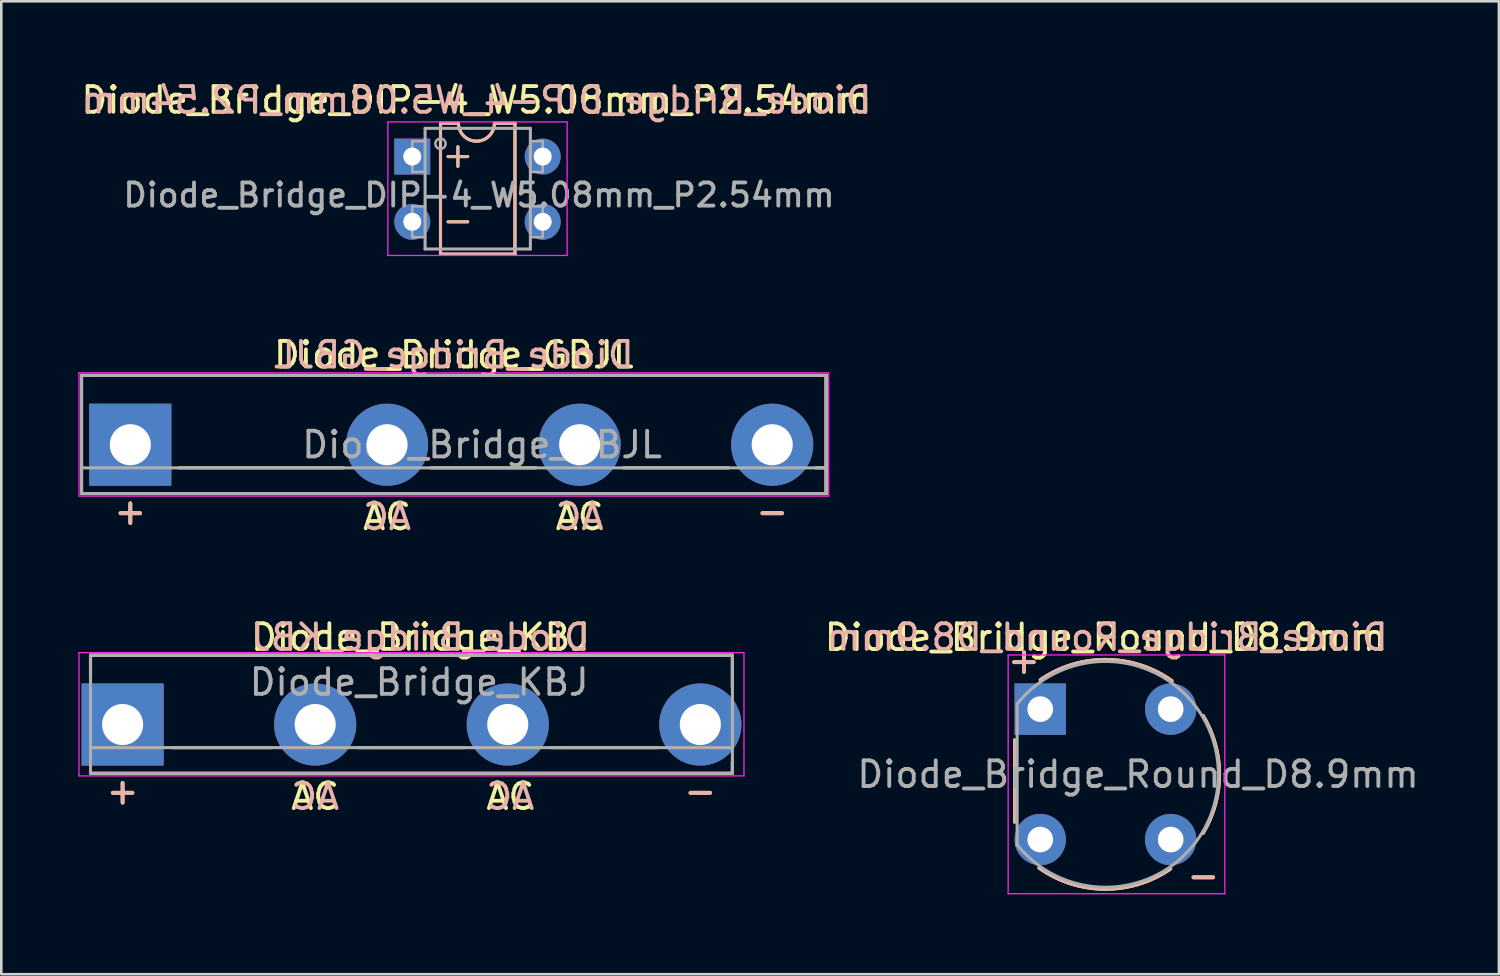
<source format=kicad_pcb>
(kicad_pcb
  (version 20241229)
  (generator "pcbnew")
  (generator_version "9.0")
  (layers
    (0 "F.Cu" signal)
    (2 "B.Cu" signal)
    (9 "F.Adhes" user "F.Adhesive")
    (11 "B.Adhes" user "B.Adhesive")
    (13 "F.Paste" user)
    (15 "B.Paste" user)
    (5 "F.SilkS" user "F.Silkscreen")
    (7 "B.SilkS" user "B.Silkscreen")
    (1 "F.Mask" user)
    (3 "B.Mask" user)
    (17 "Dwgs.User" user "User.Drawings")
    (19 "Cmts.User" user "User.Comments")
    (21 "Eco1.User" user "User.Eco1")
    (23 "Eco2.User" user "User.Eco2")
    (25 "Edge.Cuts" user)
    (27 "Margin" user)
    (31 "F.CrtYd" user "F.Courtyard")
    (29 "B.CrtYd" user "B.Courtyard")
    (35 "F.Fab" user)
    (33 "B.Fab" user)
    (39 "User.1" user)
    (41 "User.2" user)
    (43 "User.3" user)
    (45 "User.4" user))
  (footprint "Diode_Bridge_DIP-4_W5.08mm_P2.54mm"
    (layer "F.Cu")
    (at 13.006 3.048)
    (property "Reference" "Diode_Bridge_DIP-4_W5.08mm_P2.54mm" (at 2.5 -2.2 0) (layer "F.SilkS") (effects (font (size 1 1) (thickness 0.15))))
    (fp_line (start 1.1 -1.3) (end 1.1 3.8) (stroke (width 0.12) (type solid)) (layer "F.SilkS"))
    (fp_line (start 1.1 3.8) (end 4 3.8) (stroke (width 0.12) (type solid)) (layer "F.SilkS"))
    (fp_line (start 1.397 0) (end 2.159 0) (stroke (width 0.12) (type solid)) (layer "F.SilkS"))
    (fp_line (start 1.397 2.54) (end 2.159 2.54) (stroke (width 0.12) (type solid)) (layer "F.SilkS"))
    (fp_line (start 1.778 -0.381) (end 1.778 0.381) (stroke (width 0.12) (type solid)) (layer "F.SilkS"))
    (fp_line (start 1.8 -1.3) (end 1.1 -1.3) (stroke (width 0.12) (type solid)) (layer "F.SilkS"))
    (fp_line (start 4 -1.3) (end 3.2 -1.3) (stroke (width 0.12) (type solid)) (layer "F.SilkS"))
    (fp_line (start 4 3.8) (end 4 -1.3) (stroke (width 0.12) (type solid)) (layer "F.SilkS"))
    (fp_arc (start 3.2 -1.3) (mid 2.5 -0.6) (end 1.8 -1.3) (stroke (width 0.12) (type solid)) (layer "F.SilkS"))
    (fp_line (start 1.1 -1.3) (end 1.1 3.8) (stroke (width 0.12) (type solid)) (layer "B.SilkS"))
    (fp_line (start 1.1 3.8) (end 4 3.8) (stroke (width 0.12) (type solid)) (layer "B.SilkS"))
    (fp_line (start 1.397 0) (end 2.159 0) (stroke (width 0.12) (type solid)) (layer "B.SilkS"))
    (fp_line (start 1.397 2.54) (end 2.159 2.54) (stroke (width 0.12) (type solid)) (layer "B.SilkS"))
    (fp_line (start 1.778 -0.381) (end 1.778 0.381) (stroke (width 0.12) (type solid)) (layer "B.SilkS"))
    (fp_line (start 1.8 -1.3) (end 1.1 -1.3) (stroke (width 0.12) (type solid)) (layer "B.SilkS"))
    (fp_line (start 4 -1.3) (end 3.2 -1.3) (stroke (width 0.12) (type solid)) (layer "B.SilkS"))
    (fp_line (start 4 3.8) (end 4 -1.3) (stroke (width 0.12) (type solid)) (layer "B.SilkS"))
    (fp_arc (start 3.2 -1.3) (mid 2.5 -0.6) (end 1.8 -1.3) (stroke (width 0.12) (type solid)) (layer "B.SilkS"))
    (fp_line (start -0.95 -1.35) (end -0.95 3.85) (stroke (width 0.05) (type solid)) (layer "F.CrtYd"))
    (fp_line (start -0.95 -1.35) (end 6.03 -1.35) (stroke (width 0.05) (type solid)) (layer "F.CrtYd"))
    (fp_line (start 6.03 3.85) (end -0.95 3.85) (stroke (width 0.05) (type solid)) (layer "F.CrtYd"))
    (fp_line (start 6.03 3.85) (end 6.03 -1.35) (stroke (width 0.05) (type solid)) (layer "F.CrtYd"))
    (fp_line (start 0 -0.6) (end 0 0.6) (stroke (width 0.1) (type solid)) (layer "F.Fab"))
    (fp_line (start 0 0.6) (end 0.5 0.6) (stroke (width 0.1) (type solid)) (layer "F.Fab"))
    (fp_line (start 0 1.94) (end 0 3.14) (stroke (width 0.1) (type solid)) (layer "F.Fab"))
    (fp_line (start 0 3.14) (end 0.5 3.14) (stroke (width 0.1) (type solid)) (layer "F.Fab"))
    (fp_line (start 0.5 -1.1) (end 4.6 -1.1) (stroke (width 0.12) (type solid)) (layer "F.Fab"))
    (fp_line (start 0.5 -0.6) (end 0 -0.6) (stroke (width 0.1) (type solid)) (layer "F.Fab"))
    (fp_line (start 0.5 1.94) (end 0 1.94) (stroke (width 0.1) (type solid)) (layer "F.Fab"))
    (fp_line (start 0.5 3.6) (end 0.5 -1.1) (stroke (width 0.12) (type solid)) (layer "F.Fab"))
    (fp_line (start 4.597 0.6) (end 5.08 0.6) (stroke (width 0.1) (type solid)) (layer "F.Fab"))
    (fp_line (start 4.597 3.14) (end 5.08 3.14) (stroke (width 0.1) (type solid)) (layer "F.Fab"))
    (fp_line (start 4.6 -1.1) (end 4.6 3.6) (stroke (width 0.12) (type solid)) (layer "F.Fab"))
    (fp_line (start 4.6 3.6) (end 0.5 3.6) (stroke (width 0.12) (type solid)) (layer "F.Fab"))
    (fp_line (start 5.08 -0.6) (end 4.597 -0.6) (stroke (width 0.1) (type solid)) (layer "F.Fab"))
    (fp_line (start 5.08 0.6) (end 5.08 -0.6) (stroke (width 0.1) (type solid)) (layer "F.Fab"))
    (fp_line (start 5.08 1.94) (end 4.597 1.94) (stroke (width 0.1) (type solid)) (layer "F.Fab"))
    (fp_line (start 5.08 3.14) (end 5.08 1.94) (stroke (width 0.1) (type solid)) (layer "F.Fab"))
    (fp_circle (center 1.1 -0.5) (end 1.3 -0.5) (stroke (width 0.1) (type solid)) (fill no) (layer "F.Fab"))
    (fp_text user "${REFERENCE}" (at 2.5 -2.2 0) (layer "B.SilkS") (effects (font (size 1 1) (thickness 0.15)) (justify mirror)))
    (fp_text user "${REFERENCE}" (at 2.6 1.5 0) (layer "F.Fab") (effects (font (size 0.9 0.9) (thickness 0.15))))
    (pad "1" thru_hole rect (at 0 0) (size 1.4 1.4) (drill 0.7) (layers "*.Cu" "*.Mask"))
    (pad "2" thru_hole circle (at 0 2.54) (size 1.4 1.4) (drill 0.7) (layers "*.Cu" "*.Mask"))
    (pad "3" thru_hole circle (at 5.08 2.54) (size 1.4 1.4) (drill 0.7) (layers "*.Cu" "*.Mask"))
    (pad "4" thru_hole circle (at 5.08 0) (size 1.4 1.4) (drill 0.7) (layers "*.Cu" "*.Mask")))
  (footprint "Diode_Bridge_KBJ"
    (layer "F.Cu")
    (at 1.725 25.168)
    (property "Reference" "Diode_Bridge_KBJ" (at 11.6 -3.4 0) (layer "F.SilkS") (effects (font (size 1 1) (thickness 0.15))))
    (fp_line (start -1.25 -2.7) (end -1.25 -1.9) (stroke (width 0.12) (type solid)) (layer "F.SilkS"))
    (fp_line (start -1.25 -2.7) (end 23.75 -2.7) (stroke (width 0.12) (type solid)) (layer "F.SilkS"))
    (fp_line (start 1.95 0.9) (end 5.8 0.9) (stroke (width 0.12) (type solid)) (layer "F.SilkS"))
    (fp_line (start 9.2 0.9) (end 13.3 0.9) (stroke (width 0.12) (type solid)) (layer "F.SilkS"))
    (fp_line (start 16.7 0.9) (end 20.8 0.9) (stroke (width 0.12) (type solid)) (layer "F.SilkS"))
    (fp_line (start 23.75 -2.7) (end 23.75 -1.45) (stroke (width 0.12) (type solid)) (layer "F.SilkS"))
    (fp_line (start 23.75 1.45) (end 23.75 1.9) (stroke (width 0.12) (type solid)) (layer "F.SilkS"))
    (fp_line (start 23.75 1.9) (end -1.25 1.9) (stroke (width 0.12) (type solid)) (layer "F.SilkS"))
    (fp_line (start -1.25 -2.7) (end -1.25 -1.9) (stroke (width 0.12) (type solid)) (layer "B.SilkS"))
    (fp_line (start -1.25 -2.7) (end 23.75 -2.7) (stroke (width 0.12) (type solid)) (layer "B.SilkS"))
    (fp_line (start 23.75 -2.7) (end 23.75 -1.45) (stroke (width 0.12) (type solid)) (layer "B.SilkS"))
    (fp_line (start 23.75 1.45) (end 23.75 1.9) (stroke (width 0.12) (type solid)) (layer "B.SilkS"))
    (fp_line (start 23.75 1.9) (end -1.25 1.9) (stroke (width 0.12) (type solid)) (layer "B.SilkS"))
    (fp_line (start -1.7 -2.8) (end -1.7 2) (stroke (width 0.05) (type solid)) (layer "F.CrtYd"))
    (fp_line (start -1.7 2) (end 24.2 2) (stroke (width 0.05) (type solid)) (layer "F.CrtYd"))
    (fp_line (start 24.2 -2.8) (end -1.7 -2.8) (stroke (width 0.05) (type solid)) (layer "F.CrtYd"))
    (fp_line (start 24.2 2) (end 24.2 -2.8) (stroke (width 0.05) (type solid)) (layer "F.CrtYd"))
    (fp_line (start -1.25 -2.7) (end -1.25 1.9) (stroke (width 0.12) (type solid)) (layer "F.Fab"))
    (fp_line (start -1.25 0.9) (end 23.75 0.9) (stroke (width 0.12) (type solid)) (layer "F.Fab"))
    (fp_line (start -1.25 1.9) (end 23.75 1.9) (stroke (width 0.12) (type solid)) (layer "F.Fab"))
    (fp_line (start 23.75 -2.7) (end -1.25 -2.7) (stroke (width 0.12) (type solid)) (layer "F.Fab"))
    (fp_line (start 23.75 1.9) (end 23.75 -2.7) (stroke (width 0.12) (type solid)) (layer "F.Fab"))
    (fp_text user "AC" (at 15.1 2.8 0) (layer "F.SilkS") (effects (font (size 1 1) (thickness 0.15))))
    (fp_text user "AC" (at 7.5 2.8 0) (layer "F.SilkS") (effects (font (size 1 1) (thickness 0.15))))
    (fp_text user "-" (at 22.5 2.586 0) (layer "F.SilkS") (effects (font (size 1 1) (thickness 0.15))))
    (fp_text user "+" (at 0 2.586 0) (layer "F.SilkS") (effects (font (size 1 1) (thickness 0.15))))
    (fp_text user "${REFERENCE}" (at 11.6 -3.4 0) (layer "B.SilkS") (effects (font (size 1 1) (thickness 0.15)) (justify mirror)))
    (fp_text user "AC" (at 15.1 2.8 0) (layer "B.SilkS") (effects (font (size 1 1) (thickness 0.15)) (justify mirror)))
    (fp_text user "+" (at 0 2.586 0) (layer "B.SilkS") (effects (font (size 1 1) (thickness 0.15)) (justify mirror)))
    (fp_text user "AC" (at 7.5 2.8 0) (layer "B.SilkS") (effects (font (size 1 1) (thickness 0.15)) (justify mirror)))
    (fp_text user "-" (at 22.5 2.586 0) (layer "B.SilkS") (effects (font (size 1 1) (thickness 0.15)) (justify mirror)))
    (fp_text user "${REFERENCE}" (at 11.55 -1.65 0) (layer "F.Fab") (effects (font (size 1 1) (thickness 0.15))))
    (pad "1" thru_hole rect (at 0 0 180) (size 3.2 3.2) (drill 1.6) (layers "*.Cu" "*.Mask"))
    (pad "2" thru_hole circle (at 7.5 0 180) (size 3.2 3.2) (drill 1.6) (layers "*.Cu" "*.Mask"))
    (pad "3" thru_hole circle (at 15 0 180) (size 3.2 3.2) (drill 1.6) (layers "*.Cu" "*.Mask"))
    (pad "4" thru_hole circle (at 22.5 0 180) (size 3.2 3.2) (drill 1.6) (layers "*.Cu" "*.Mask")))
  (footprint "Diode_Bridge_Round_D8.9mm"
    (layer "F.Cu")
    (at 37.464 24.568)
    (property "Reference" "Diode_Bridge_Round_D8.9mm" (at 2.54 -2.794 0) (layer "F.SilkS") (effects (font (size 1 1) (thickness 0.15))))
    (fp_line (start -1 1.2) (end -1 4.4) (stroke (width 0.12) (type solid)) (layer "F.SilkS"))
    (fp_arc (start 0 -1.143) (mid 2.571836 -1.933821) (end 5.132157 -1.106479) (stroke (width 0.12) (type solid)) (layer "F.SilkS"))
    (fp_arc (start 5.08 6.223) (mid 2.508164 7.013821) (end -0.052157 6.186479) (stroke (width 0.12) (type solid)) (layer "F.SilkS"))
    (fp_arc (start 6.35 0.254) (mid 6.983184 2.54281) (end 6.347105 4.830818) (stroke (width 0.12) (type solid)) (layer "F.SilkS"))
    (fp_line (start -1 1.2) (end -1 4.4) (stroke (width 0.12) (type solid)) (layer "B.SilkS"))
    (fp_arc (start 0 -1.143) (mid 2.571835 -1.933821) (end 5.132155 -1.106479) (stroke (width 0.12) (type solid)) (layer "B.SilkS"))
    (fp_arc (start 5.08 6.223) (mid 2.508165 7.013821) (end -0.052155 6.186479) (stroke (width 0.12) (type solid)) (layer "B.SilkS"))
    (fp_arc (start 6.35 0.254) (mid 6.983185 2.54281) (end 6.347106 4.830817) (stroke (width 0.12) (type solid)) (layer "B.SilkS"))
    (fp_line (start -1.25 -2.11) (end -1.25 7.19) (stroke (width 0.05) (type solid)) (layer "F.CrtYd"))
    (fp_line (start -1.25 -2.11) (end 7.19 -2.11) (stroke (width 0.05) (type solid)) (layer "F.CrtYd"))
    (fp_line (start 7.19 7.19) (end -1.25 7.19) (stroke (width 0.05) (type solid)) (layer "F.CrtYd"))
    (fp_line (start 7.19 7.19) (end 7.19 -2.11) (stroke (width 0.05) (type solid)) (layer "F.CrtYd"))
    (fp_line (start -0.9 -0.2) (end -0.9 5.3) (stroke (width 0.12) (type solid)) (layer "F.Fab"))
    (fp_arc (start -0.9 -0.2) (mid 6.937862 2.542896) (end -0.903606 5.275467) (stroke (width 0.12) (type solid)) (layer "F.Fab"))
    (fp_text user "+" (at -0.635 -1.905 0) (layer "F.SilkS") (effects (font (size 1 1) (thickness 0.15))))
    (fp_text user "-" (at 6.35 6.477 0) (layer "F.SilkS") (effects (font (size 1 1) (thickness 0.15))))
    (fp_text user "-" (at 6.35 6.477 0) (layer "B.SilkS") (effects (font (size 1 1) (thickness 0.15)) (justify mirror)))
    (fp_text user "+" (at -0.635 -1.905 0) (layer "B.SilkS") (effects (font (size 1 1) (thickness 0.15)) (justify mirror)))
    (fp_text user "${REFERENCE}" (at 2.6 -2.8 0) (layer "B.SilkS") (effects (font (size 1 1) (thickness 0.15)) (justify mirror)))
    (fp_text user "${REFERENCE}" (at 3.81 2.54 0) (layer "F.Fab") (effects (font (size 1 1) (thickness 0.15))))
    (pad "1" thru_hole rect (at 0 0) (size 2 2) (drill 1) (layers "*.Cu" "*.Mask"))
    (pad "2" thru_hole oval (at 0 5.08) (size 2 2) (drill 1) (layers "*.Cu" "*.Mask"))
    (pad "3" thru_hole oval (at 5.08 5.08) (size 2 2) (drill 1) (layers "*.Cu" "*.Mask"))
    (pad "4" thru_hole oval (at 5.08 0) (size 2 2) (drill 1) (layers "*.Cu" "*.Mask")))
  (footprint "Diode_Bridge_GBJL"
    (layer "F.Cu")
    (at 2.025 14.271)
    (property "Reference" "Diode_Bridge_GBJL" (at 12.6 -3.5 0) (layer "F.SilkS") (effects (font (size 1 1) (thickness 0.15))))
    (fp_line (start -1.9 -2.7) (end 27.1 -2.7) (stroke (width 0.12) (type solid)) (layer "F.SilkS"))
    (fp_line (start -1.9 1.9) (end -1.9 -2.7) (stroke (width 0.12) (type solid)) (layer "F.SilkS"))
    (fp_line (start 1.9 0.9) (end 8.3 0.9) (stroke (width 0.12) (type solid)) (layer "F.SilkS"))
    (fp_line (start 11.7 0.9) (end 15.8 0.9) (stroke (width 0.12) (type solid)) (layer "F.SilkS"))
    (fp_line (start 19.2 0.9) (end 23.3 0.9) (stroke (width 0.12) (type solid)) (layer "F.SilkS"))
    (fp_line (start 27.1 -2.7) (end 27.1 1.9) (stroke (width 0.12) (type solid)) (layer "F.SilkS"))
    (fp_line (start 27.1 0.9) (end 26.7 0.9) (stroke (width 0.12) (type solid)) (layer "F.SilkS"))
    (fp_line (start 27.1 1.9) (end -1.9 1.9) (stroke (width 0.12) (type solid)) (layer "F.SilkS"))
    (fp_line (start -1.9 -2.7) (end -1.9 1.9) (stroke (width 0.12) (type solid)) (layer "B.SilkS"))
    (fp_line (start -1.9 1.9) (end 27.1 1.9) (stroke (width 0.12) (type solid)) (layer "B.SilkS"))
    (fp_line (start 27.1 -2.7) (end -1.9 -2.7) (stroke (width 0.12) (type solid)) (layer "B.SilkS"))
    (fp_line (start 27.1 1.9) (end 27.1 -2.7) (stroke (width 0.12) (type solid)) (layer "B.SilkS"))
    (fp_line (start -2 -2.8) (end 27.2 -2.8) (stroke (width 0.05) (type solid)) (layer "F.CrtYd"))
    (fp_line (start -2 2) (end -2 -2.8) (stroke (width 0.05) (type solid)) (layer "F.CrtYd"))
    (fp_line (start 27.2 -2.8) (end 27.2 2) (stroke (width 0.05) (type solid)) (layer "F.CrtYd"))
    (fp_line (start 27.2 2) (end -2 2) (stroke (width 0.05) (type solid)) (layer "F.CrtYd"))
    (fp_line (start -1.9 -2.7) (end -1.9 1.9) (stroke (width 0.12) (type solid)) (layer "F.Fab"))
    (fp_line (start -1.9 0.9) (end 27.1 0.9) (stroke (width 0.12) (type solid)) (layer "F.Fab"))
    (fp_line (start -1.9 1.9) (end 27.1 1.9) (stroke (width 0.12) (type solid)) (layer "F.Fab"))
    (fp_line (start 27.1 -2.7) (end -1.9 -2.7) (stroke (width 0.12) (type solid)) (layer "F.Fab"))
    (fp_line (start 27.1 1.9) (end 27.1 -2.7) (stroke (width 0.12) (type solid)) (layer "F.Fab"))
    (fp_text user "-" (at 25 2.586 0) (layer "F.SilkS") (effects (font (size 1 1) (thickness 0.15))))
    (fp_text user "AC" (at 17.5 2.8 0) (layer "F.SilkS") (effects (font (size 1 1) (thickness 0.15))))
    (fp_text user "AC" (at 10 2.8 0) (layer "F.SilkS") (effects (font (size 1 1) (thickness 0.15))))
    (fp_text user "+" (at 0 2.586 0) (layer "F.SilkS") (effects (font (size 1 1) (thickness 0.15))))
    (fp_text user "${REFERENCE}" (at 12.6 -3.5 0) (layer "B.SilkS") (effects (font (size 1 1) (thickness 0.15)) (justify mirror)))
    (fp_text user "-" (at 25 2.6 0) (layer "B.SilkS") (effects (font (size 1 1) (thickness 0.15)) (justify mirror)))
    (fp_text user "AC" (at 10 2.8 0) (layer "B.SilkS") (effects (font (size 1 1) (thickness 0.15)) (justify mirror)))
    (fp_text user "+" (at 0 2.6 0) (layer "B.SilkS") (effects (font (size 1 1) (thickness 0.15)) (justify mirror)))
    (fp_text user "AC" (at 17.5 2.8 0) (layer "B.SilkS") (effects (font (size 1 1) (thickness 0.15)) (justify mirror)))
    (fp_text user "${REFERENCE}" (at 13.7 0 0) (layer "F.Fab") (effects (font (size 1 1) (thickness 0.15))))
    (pad "1" thru_hole rect (at 0 0 180) (size 3.2 3.2) (drill 1.6) (layers "*.Cu" "*.Mask"))
    (pad "2" thru_hole circle (at 10 0 180) (size 3.2 3.2) (drill 1.6) (layers "*.Cu" "*.Mask"))
    (pad "3" thru_hole circle (at 17.5 0 180) (size 3.2 3.2) (drill 1.6) (layers "*.Cu" "*.Mask"))
    (pad "4" thru_hole circle (at 25 0 180) (size 3.2 3.2) (drill 1.6) (layers "*.Cu" "*.Mask")))
  (gr_rect
    (start -3 -3)
    (end 55.327 34.893)
    (stroke (width 0.1) (type default))
    (fill no)
    (layer "Edge.Cuts")))
</source>
